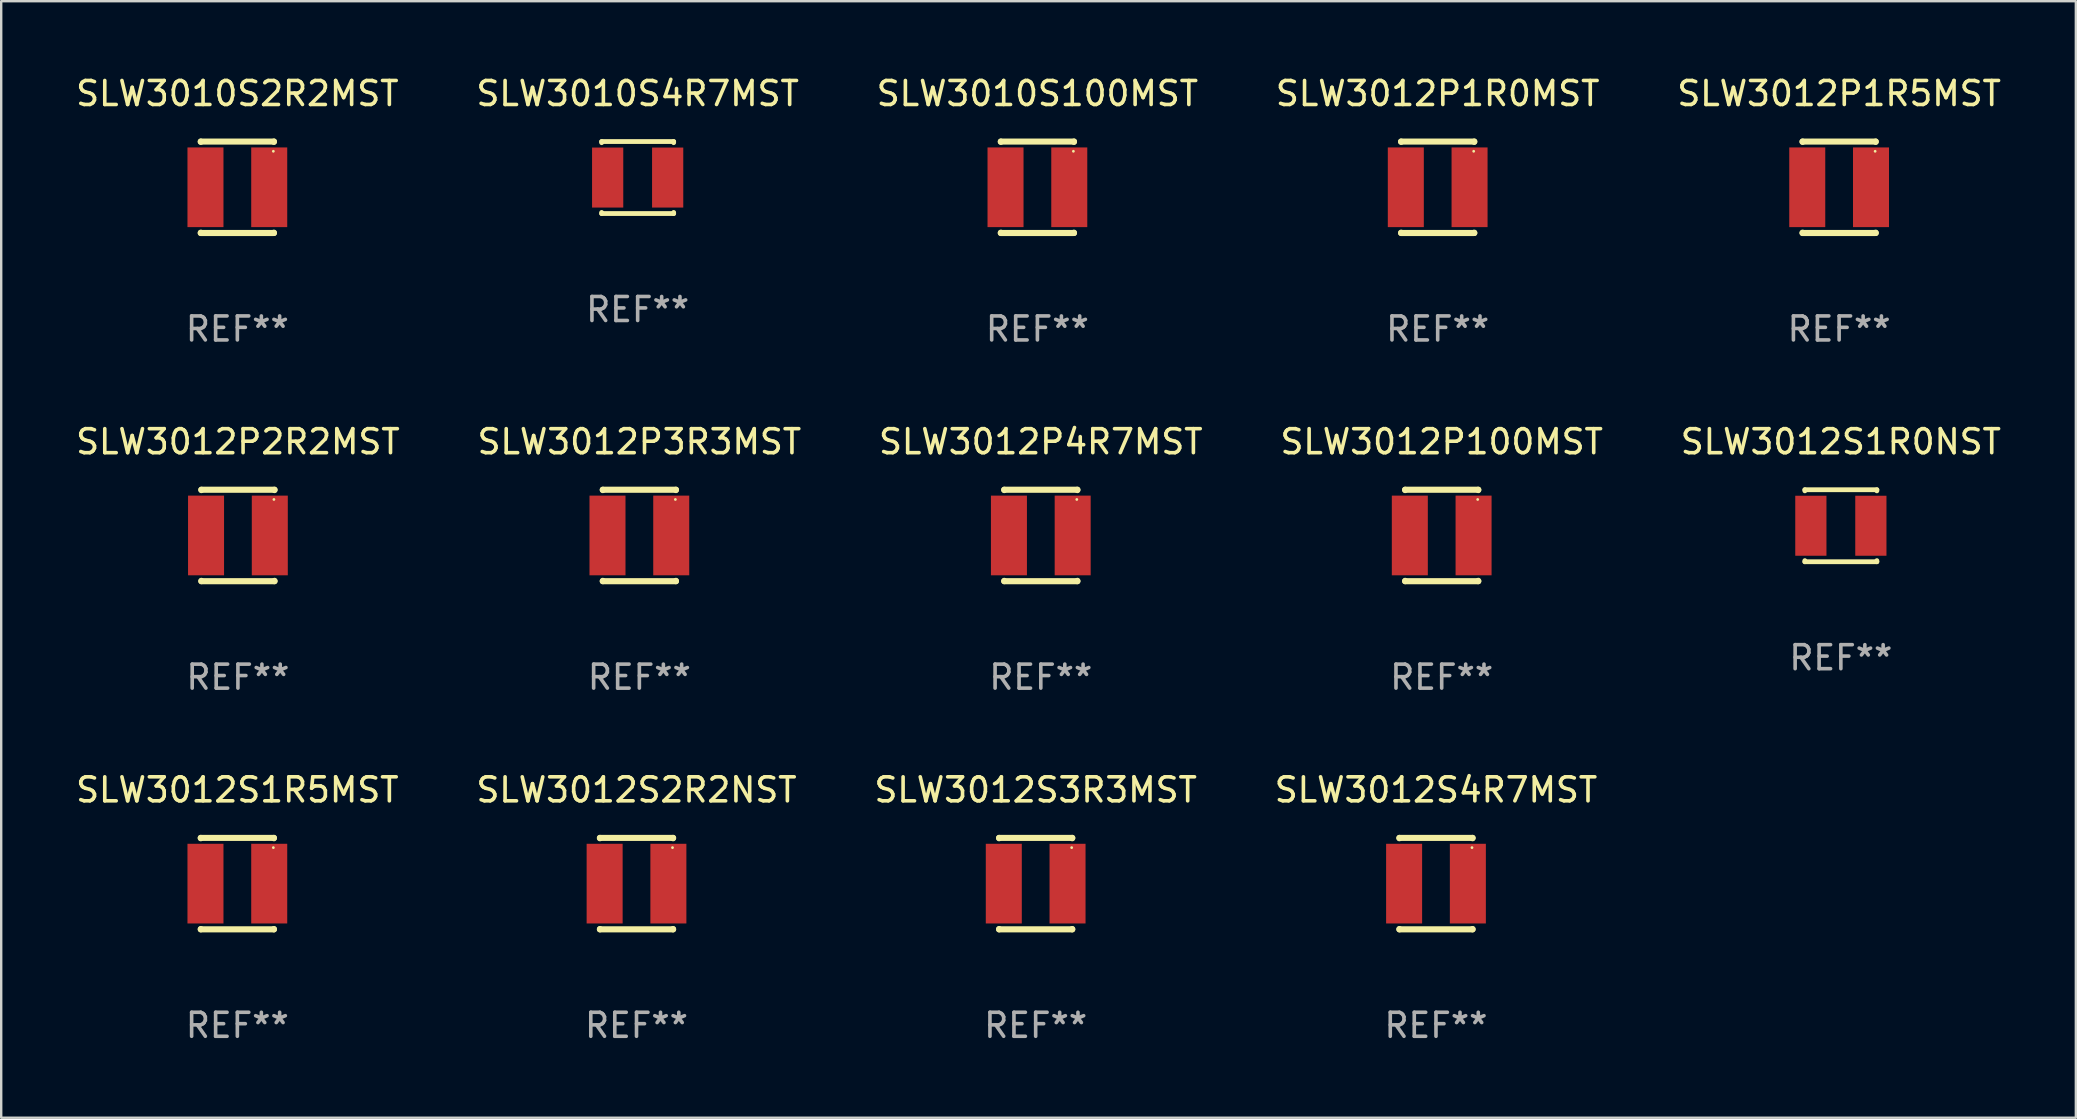
<source format=kicad_pcb>
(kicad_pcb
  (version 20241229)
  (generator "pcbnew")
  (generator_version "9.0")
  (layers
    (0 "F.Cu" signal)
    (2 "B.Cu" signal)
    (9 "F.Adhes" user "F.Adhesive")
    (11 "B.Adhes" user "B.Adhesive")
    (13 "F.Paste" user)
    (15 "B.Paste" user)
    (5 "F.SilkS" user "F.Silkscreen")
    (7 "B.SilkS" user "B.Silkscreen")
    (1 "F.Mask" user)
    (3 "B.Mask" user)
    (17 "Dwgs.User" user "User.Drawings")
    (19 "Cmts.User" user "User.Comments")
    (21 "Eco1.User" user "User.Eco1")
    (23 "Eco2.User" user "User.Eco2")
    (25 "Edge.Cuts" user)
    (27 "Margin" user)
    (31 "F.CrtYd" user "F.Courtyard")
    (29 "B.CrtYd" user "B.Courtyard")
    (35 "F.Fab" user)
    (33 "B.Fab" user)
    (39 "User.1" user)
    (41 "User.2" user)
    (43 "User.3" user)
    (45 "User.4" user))
  (footprint "SLW3012P1R0MST"
    (layer "F.Cu")
    (at 56.851 4.753)
    (property "Reference" "SLW3012P1R0MST" (at 0 -3.905 0) (layer "F.SilkS") (effects (font (size 1 1) (thickness 0.15))))
    (attr through_hole)
    (fp_line (start -1.524 -1.905) (end 1.524 -1.905) (stroke (width 0.254) (type solid)) (layer "F.SilkS"))
    (fp_line (start -1.524 -1.891) (end -1.524 -1.905) (stroke (width 0.254) (type solid)) (layer "F.SilkS"))
    (fp_line (start -1.524 1.905) (end -1.524 1.891) (stroke (width 0.254) (type solid)) (layer "F.SilkS"))
    (fp_line (start -1.524 1.905) (end 1.524 1.905) (stroke (width 0.254) (type solid)) (layer "F.SilkS"))
    (fp_line (start 1.524 -1.905) (end 1.524 -1.891) (stroke (width 0.254) (type solid)) (layer "F.SilkS"))
    (fp_line (start 1.524 1.891) (end 1.524 1.905) (stroke (width 0.254) (type solid)) (layer "F.SilkS"))
    (fp_circle (center 1.5 -1.5) (end 1.53 -1.5) (stroke (width 0.06) (type solid)) (fill no) (layer "F.SilkS"))
    (fp_text user "REF**" (at 0 5.905 0) (layer "F.Fab") (effects (font (size 1 1) (thickness 0.15))))
    (pad "1" smd rect (at 1.328 0) (size 1.5 3.32) (layers "F.Cu" "F.Mask" "F.Paste"))
    (pad "2" smd rect (at -1.328 0) (size 1.5 3.32) (layers "F.Cu" "F.Mask" "F.Paste")))
  (footprint "SLW3012P4R7MST"
    (layer "F.Cu")
    (at 40.315 19.26)
    (property "Reference" "SLW3012P4R7MST" (at 0 -3.905 0) (layer "F.SilkS") (effects (font (size 1 1) (thickness 0.15))))
    (attr through_hole)
    (fp_line (start -1.524 -1.905) (end 1.524 -1.905) (stroke (width 0.254) (type solid)) (layer "F.SilkS"))
    (fp_line (start -1.524 -1.891) (end -1.524 -1.905) (stroke (width 0.254) (type solid)) (layer "F.SilkS"))
    (fp_line (start -1.524 1.905) (end -1.524 1.891) (stroke (width 0.254) (type solid)) (layer "F.SilkS"))
    (fp_line (start -1.524 1.905) (end 1.524 1.905) (stroke (width 0.254) (type solid)) (layer "F.SilkS"))
    (fp_line (start 1.524 -1.905) (end 1.524 -1.891) (stroke (width 0.254) (type solid)) (layer "F.SilkS"))
    (fp_line (start 1.524 1.891) (end 1.524 1.905) (stroke (width 0.254) (type solid)) (layer "F.SilkS"))
    (fp_circle (center 1.5 -1.5) (end 1.53 -1.5) (stroke (width 0.06) (type solid)) (fill no) (layer "F.SilkS"))
    (fp_text user "REF**" (at 0 5.905 0) (layer "F.Fab") (effects (font (size 1 1) (thickness 0.15))))
    (pad "1" smd rect (at 1.328 0) (size 1.5 3.32) (layers "F.Cu" "F.Mask" "F.Paste"))
    (pad "2" smd rect (at -1.328 0) (size 1.5 3.32) (layers "F.Cu" "F.Mask" "F.Paste")))
  (footprint "SLW3012S2R2NST"
    (layer "F.Cu")
    (at 23.47 33.766)
    (property "Reference" "SLW3012S2R2NST" (at 0 -3.905 0) (layer "F.SilkS") (effects (font (size 1 1) (thickness 0.15))))
    (attr through_hole)
    (fp_line (start -1.524 -1.905) (end 1.524 -1.905) (stroke (width 0.254) (type solid)) (layer "F.SilkS"))
    (fp_line (start -1.524 -1.891) (end -1.524 -1.905) (stroke (width 0.254) (type solid)) (layer "F.SilkS"))
    (fp_line (start -1.524 1.905) (end -1.524 1.891) (stroke (width 0.254) (type solid)) (layer "F.SilkS"))
    (fp_line (start -1.524 1.905) (end 1.524 1.905) (stroke (width 0.254) (type solid)) (layer "F.SilkS"))
    (fp_line (start 1.524 -1.905) (end 1.524 -1.891) (stroke (width 0.254) (type solid)) (layer "F.SilkS"))
    (fp_line (start 1.524 1.891) (end 1.524 1.905) (stroke (width 0.254) (type solid)) (layer "F.SilkS"))
    (fp_circle (center 1.5 -1.5) (end 1.53 -1.5) (stroke (width 0.06) (type solid)) (fill no) (layer "F.SilkS"))
    (fp_text user "REF**" (at 0 5.905 0) (layer "F.Fab") (effects (font (size 1 1) (thickness 0.15))))
    (pad "1" smd rect (at 1.328 0) (size 1.5 3.32) (layers "F.Cu" "F.Mask" "F.Paste"))
    (pad "2" smd rect (at -1.328 0) (size 1.5 3.32) (layers "F.Cu" "F.Mask" "F.Paste")))
  (footprint "SLW3010S100MST"
    (layer "F.Cu")
    (at 40.173 4.753)
    (property "Reference" "SLW3010S100MST" (at 0 -3.905 0) (layer "F.SilkS") (effects (font (size 1 1) (thickness 0.15))))
    (attr through_hole)
    (fp_line (start -1.524 -1.905) (end 1.524 -1.905) (stroke (width 0.254) (type solid)) (layer "F.SilkS"))
    (fp_line (start -1.524 -1.891) (end -1.524 -1.905) (stroke (width 0.254) (type solid)) (layer "F.SilkS"))
    (fp_line (start -1.524 1.905) (end -1.524 1.891) (stroke (width 0.254) (type solid)) (layer "F.SilkS"))
    (fp_line (start -1.524 1.905) (end 1.524 1.905) (stroke (width 0.254) (type solid)) (layer "F.SilkS"))
    (fp_line (start 1.524 -1.905) (end 1.524 -1.891) (stroke (width 0.254) (type solid)) (layer "F.SilkS"))
    (fp_line (start 1.524 1.891) (end 1.524 1.905) (stroke (width 0.254) (type solid)) (layer "F.SilkS"))
    (fp_circle (center 1.5 -1.5) (end 1.53 -1.5) (stroke (width 0.06) (type solid)) (fill no) (layer "F.SilkS"))
    (fp_text user "REF**" (at 0 5.905 0) (layer "F.Fab") (effects (font (size 1 1) (thickness 0.15))))
    (pad "1" smd rect (at 1.328 0) (size 1.5 3.32) (layers "F.Cu" "F.Mask" "F.Paste"))
    (pad "2" smd rect (at -1.328 0) (size 1.5 3.32) (layers "F.Cu" "F.Mask" "F.Paste")))
  (footprint "SLW3010S2R2MST"
    (layer "F.Cu")
    (at 6.839 4.753)
    (property "Reference" "SLW3010S2R2MST" (at 0 -3.905 0) (layer "F.SilkS") (effects (font (size 1 1) (thickness 0.15))))
    (attr through_hole)
    (fp_line (start -1.524 -1.905) (end 1.524 -1.905) (stroke (width 0.254) (type solid)) (layer "F.SilkS"))
    (fp_line (start -1.524 -1.891) (end -1.524 -1.905) (stroke (width 0.254) (type solid)) (layer "F.SilkS"))
    (fp_line (start -1.524 1.905) (end -1.524 1.891) (stroke (width 0.254) (type solid)) (layer "F.SilkS"))
    (fp_line (start -1.524 1.905) (end 1.524 1.905) (stroke (width 0.254) (type solid)) (layer "F.SilkS"))
    (fp_line (start 1.524 -1.905) (end 1.524 -1.891) (stroke (width 0.254) (type solid)) (layer "F.SilkS"))
    (fp_line (start 1.524 1.891) (end 1.524 1.905) (stroke (width 0.254) (type solid)) (layer "F.SilkS"))
    (fp_circle (center 1.5 -1.5) (end 1.53 -1.5) (stroke (width 0.06) (type solid)) (fill no) (layer "F.SilkS"))
    (fp_text user "REF**" (at 0 5.905 0) (layer "F.Fab") (effects (font (size 1 1) (thickness 0.15))))
    (pad "1" smd rect (at 1.328 0) (size 1.5 3.32) (layers "F.Cu" "F.Mask" "F.Paste"))
    (pad "2" smd rect (at -1.328 0) (size 1.5 3.32) (layers "F.Cu" "F.Mask" "F.Paste")))
  (footprint "SLW3012S4R7MST"
    (layer "F.Cu")
    (at 56.78 33.766)
    (property "Reference" "SLW3012S4R7MST" (at 0 -3.905 0) (layer "F.SilkS") (effects (font (size 1 1) (thickness 0.15))))
    (attr through_hole)
    (fp_line (start -1.524 -1.905) (end 1.524 -1.905) (stroke (width 0.254) (type solid)) (layer "F.SilkS"))
    (fp_line (start -1.524 -1.891) (end -1.524 -1.905) (stroke (width 0.254) (type solid)) (layer "F.SilkS"))
    (fp_line (start -1.524 1.905) (end -1.524 1.891) (stroke (width 0.254) (type solid)) (layer "F.SilkS"))
    (fp_line (start -1.524 1.905) (end 1.524 1.905) (stroke (width 0.254) (type solid)) (layer "F.SilkS"))
    (fp_line (start 1.524 -1.905) (end 1.524 -1.891) (stroke (width 0.254) (type solid)) (layer "F.SilkS"))
    (fp_line (start 1.524 1.891) (end 1.524 1.905) (stroke (width 0.254) (type solid)) (layer "F.SilkS"))
    (fp_circle (center 1.5 -1.5) (end 1.53 -1.5) (stroke (width 0.06) (type solid)) (fill no) (layer "F.SilkS"))
    (fp_text user "REF**" (at 0 5.905 0) (layer "F.Fab") (effects (font (size 1 1) (thickness 0.15))))
    (pad "1" smd rect (at 1.328 0) (size 1.5 3.32) (layers "F.Cu" "F.Mask" "F.Paste"))
    (pad "2" smd rect (at -1.328 0) (size 1.5 3.32) (layers "F.Cu" "F.Mask" "F.Paste")))
  (footprint "SLW3012S1R5MST"
    (layer "F.Cu")
    (at 6.839 33.766)
    (property "Reference" "SLW3012S1R5MST" (at 0 -3.905 0) (layer "F.SilkS") (effects (font (size 1 1) (thickness 0.15))))
    (attr through_hole)
    (fp_line (start -1.524 -1.905) (end 1.524 -1.905) (stroke (width 0.254) (type solid)) (layer "F.SilkS"))
    (fp_line (start -1.524 -1.891) (end -1.524 -1.905) (stroke (width 0.254) (type solid)) (layer "F.SilkS"))
    (fp_line (start -1.524 1.905) (end -1.524 1.891) (stroke (width 0.254) (type solid)) (layer "F.SilkS"))
    (fp_line (start -1.524 1.905) (end 1.524 1.905) (stroke (width 0.254) (type solid)) (layer "F.SilkS"))
    (fp_line (start 1.524 -1.905) (end 1.524 -1.891) (stroke (width 0.254) (type solid)) (layer "F.SilkS"))
    (fp_line (start 1.524 1.891) (end 1.524 1.905) (stroke (width 0.254) (type solid)) (layer "F.SilkS"))
    (fp_circle (center 1.5 -1.5) (end 1.53 -1.5) (stroke (width 0.06) (type solid)) (fill no) (layer "F.SilkS"))
    (fp_text user "REF**" (at 0 5.905 0) (layer "F.Fab") (effects (font (size 1 1) (thickness 0.15))))
    (pad "1" smd rect (at 1.328 0) (size 1.5 3.32) (layers "F.Cu" "F.Mask" "F.Paste"))
    (pad "2" smd rect (at -1.328 0) (size 1.5 3.32) (layers "F.Cu" "F.Mask" "F.Paste")))
  (footprint "SLW3012S1R0NST"
    (layer "F.Cu")
    (at 73.649 18.855)
    (property "Reference" "SLW3012S1R0NST" (at 0 -3.5 0) (layer "F.SilkS") (effects (font (size 1 1) (thickness 0.15))))
    (attr through_hole)
    (fp_line (start -1.5 -1.5) (end -1.5 -1.454) (stroke (width 0.2) (type solid)) (layer "F.SilkS"))
    (fp_line (start -1.5 -1.5) (end 1.5 -1.5) (stroke (width 0.2) (type solid)) (layer "F.SilkS"))
    (fp_line (start -1.5 1.454) (end -1.5 1.5) (stroke (width 0.2) (type solid)) (layer "F.SilkS"))
    (fp_line (start -1.5 1.5) (end 1.5 1.5) (stroke (width 0.2) (type solid)) (layer "F.SilkS"))
    (fp_line (start 1.5 -1.454) (end 1.5 -1.5) (stroke (width 0.2) (type solid)) (layer "F.SilkS"))
    (fp_line (start 1.5 1.5) (end 1.5 1.454) (stroke (width 0.2) (type solid)) (layer "F.SilkS"))
    (fp_circle (center -1.5 1.5) (end -1.47 1.5) (stroke (width 0.06) (type solid)) (fill no) (layer "F.SilkS"))
    (fp_text user "REF**" (at 0 5.5 0) (layer "F.Fab") (effects (font (size 1 1) (thickness 0.15))))
    (pad "1" smd rect (at -1.25 0) (size 1.3 2.5) (layers "F.Cu" "F.Mask" "F.Paste"))
    (pad "2" smd rect (at 1.25 0) (size 1.3 2.5) (layers "F.Cu" "F.Mask" "F.Paste")))
  (footprint "SLW3012P2R2MST"
    (layer "F.Cu")
    (at 6.863 19.26)
    (property "Reference" "SLW3012P2R2MST" (at 0 -3.905 0) (layer "F.SilkS") (effects (font (size 1 1) (thickness 0.15))))
    (attr through_hole)
    (fp_line (start -1.524 -1.905) (end 1.524 -1.905) (stroke (width 0.254) (type solid)) (layer "F.SilkS"))
    (fp_line (start -1.524 -1.891) (end -1.524 -1.905) (stroke (width 0.254) (type solid)) (layer "F.SilkS"))
    (fp_line (start -1.524 1.905) (end -1.524 1.891) (stroke (width 0.254) (type solid)) (layer "F.SilkS"))
    (fp_line (start -1.524 1.905) (end 1.524 1.905) (stroke (width 0.254) (type solid)) (layer "F.SilkS"))
    (fp_line (start 1.524 -1.905) (end 1.524 -1.891) (stroke (width 0.254) (type solid)) (layer "F.SilkS"))
    (fp_line (start 1.524 1.891) (end 1.524 1.905) (stroke (width 0.254) (type solid)) (layer "F.SilkS"))
    (fp_circle (center 1.5 -1.5) (end 1.53 -1.5) (stroke (width 0.06) (type solid)) (fill no) (layer "F.SilkS"))
    (fp_text user "REF**" (at 0 5.905 0) (layer "F.Fab") (effects (font (size 1 1) (thickness 0.15))))
    (pad "1" smd rect (at 1.328 0) (size 1.5 3.32) (layers "F.Cu" "F.Mask" "F.Paste"))
    (pad "2" smd rect (at -1.328 0) (size 1.5 3.32) (layers "F.Cu" "F.Mask" "F.Paste")))
  (footprint "SLW3012S3R3MST"
    (layer "F.Cu")
    (at 40.101 33.766)
    (property "Reference" "SLW3012S3R3MST" (at 0 -3.905 0) (layer "F.SilkS") (effects (font (size 1 1) (thickness 0.15))))
    (attr through_hole)
    (fp_line (start -1.524 -1.905) (end 1.524 -1.905) (stroke (width 0.254) (type solid)) (layer "F.SilkS"))
    (fp_line (start -1.524 -1.891) (end -1.524 -1.905) (stroke (width 0.254) (type solid)) (layer "F.SilkS"))
    (fp_line (start -1.524 1.905) (end -1.524 1.891) (stroke (width 0.254) (type solid)) (layer "F.SilkS"))
    (fp_line (start -1.524 1.905) (end 1.524 1.905) (stroke (width 0.254) (type solid)) (layer "F.SilkS"))
    (fp_line (start 1.524 -1.905) (end 1.524 -1.891) (stroke (width 0.254) (type solid)) (layer "F.SilkS"))
    (fp_line (start 1.524 1.891) (end 1.524 1.905) (stroke (width 0.254) (type solid)) (layer "F.SilkS"))
    (fp_circle (center 1.5 -1.5) (end 1.53 -1.5) (stroke (width 0.06) (type solid)) (fill no) (layer "F.SilkS"))
    (fp_text user "REF**" (at 0 5.905 0) (layer "F.Fab") (effects (font (size 1 1) (thickness 0.15))))
    (pad "1" smd rect (at 1.328 0) (size 1.5 3.32) (layers "F.Cu" "F.Mask" "F.Paste"))
    (pad "2" smd rect (at -1.328 0) (size 1.5 3.32) (layers "F.Cu" "F.Mask" "F.Paste")))
  (footprint "SLW3012P100MST"
    (layer "F.Cu")
    (at 57.018 19.26)
    (property "Reference" "SLW3012P100MST" (at 0 -3.905 0) (layer "F.SilkS") (effects (font (size 1 1) (thickness 0.15))))
    (attr through_hole)
    (fp_line (start -1.524 -1.905) (end 1.524 -1.905) (stroke (width 0.254) (type solid)) (layer "F.SilkS"))
    (fp_line (start -1.524 -1.891) (end -1.524 -1.905) (stroke (width 0.254) (type solid)) (layer "F.SilkS"))
    (fp_line (start -1.524 1.905) (end -1.524 1.891) (stroke (width 0.254) (type solid)) (layer "F.SilkS"))
    (fp_line (start -1.524 1.905) (end 1.524 1.905) (stroke (width 0.254) (type solid)) (layer "F.SilkS"))
    (fp_line (start 1.524 -1.905) (end 1.524 -1.891) (stroke (width 0.254) (type solid)) (layer "F.SilkS"))
    (fp_line (start 1.524 1.891) (end 1.524 1.905) (stroke (width 0.254) (type solid)) (layer "F.SilkS"))
    (fp_circle (center 1.5 -1.5) (end 1.53 -1.5) (stroke (width 0.06) (type solid)) (fill no) (layer "F.SilkS"))
    (fp_text user "REF**" (at 0 5.905 0) (layer "F.Fab") (effects (font (size 1 1) (thickness 0.15))))
    (pad "1" smd rect (at 1.328 0) (size 1.5 3.32) (layers "F.Cu" "F.Mask" "F.Paste"))
    (pad "2" smd rect (at -1.328 0) (size 1.5 3.32) (layers "F.Cu" "F.Mask" "F.Paste")))
  (footprint "SLW3012P3R3MST"
    (layer "F.Cu")
    (at 23.589 19.26)
    (property "Reference" "SLW3012P3R3MST" (at 0 -3.905 0) (layer "F.SilkS") (effects (font (size 1 1) (thickness 0.15))))
    (attr through_hole)
    (fp_line (start -1.524 -1.905) (end 1.524 -1.905) (stroke (width 0.254) (type solid)) (layer "F.SilkS"))
    (fp_line (start -1.524 -1.891) (end -1.524 -1.905) (stroke (width 0.254) (type solid)) (layer "F.SilkS"))
    (fp_line (start -1.524 1.905) (end -1.524 1.891) (stroke (width 0.254) (type solid)) (layer "F.SilkS"))
    (fp_line (start -1.524 1.905) (end 1.524 1.905) (stroke (width 0.254) (type solid)) (layer "F.SilkS"))
    (fp_line (start 1.524 -1.905) (end 1.524 -1.891) (stroke (width 0.254) (type solid)) (layer "F.SilkS"))
    (fp_line (start 1.524 1.891) (end 1.524 1.905) (stroke (width 0.254) (type solid)) (layer "F.SilkS"))
    (fp_circle (center 1.5 -1.5) (end 1.53 -1.5) (stroke (width 0.06) (type solid)) (fill no) (layer "F.SilkS"))
    (fp_text user "REF**" (at 0 5.905 0) (layer "F.Fab") (effects (font (size 1 1) (thickness 0.15))))
    (pad "1" smd rect (at 1.328 0) (size 1.5 3.32) (layers "F.Cu" "F.Mask" "F.Paste"))
    (pad "2" smd rect (at -1.328 0) (size 1.5 3.32) (layers "F.Cu" "F.Mask" "F.Paste")))
  (footprint "SLW3010S4R7MST"
    (layer "F.Cu")
    (at 23.518 4.348)
    (property "Reference" "SLW3010S4R7MST" (at 0 -3.5 0) (layer "F.SilkS") (effects (font (size 1 1) (thickness 0.15))))
    (attr through_hole)
    (fp_line (start -1.5 -1.5) (end -1.5 -1.454) (stroke (width 0.2) (type solid)) (layer "F.SilkS"))
    (fp_line (start -1.5 -1.5) (end 1.5 -1.5) (stroke (width 0.2) (type solid)) (layer "F.SilkS"))
    (fp_line (start -1.5 1.454) (end -1.5 1.5) (stroke (width 0.2) (type solid)) (layer "F.SilkS"))
    (fp_line (start -1.5 1.5) (end 1.5 1.5) (stroke (width 0.2) (type solid)) (layer "F.SilkS"))
    (fp_line (start 1.5 -1.454) (end 1.5 -1.5) (stroke (width 0.2) (type solid)) (layer "F.SilkS"))
    (fp_line (start 1.5 1.5) (end 1.5 1.454) (stroke (width 0.2) (type solid)) (layer "F.SilkS"))
    (fp_circle (center -1.5 1.5) (end -1.47 1.5) (stroke (width 0.06) (type solid)) (fill no) (layer "F.SilkS"))
    (fp_text user "REF**" (at 0 5.5 0) (layer "F.Fab") (effects (font (size 1 1) (thickness 0.15))))
    (pad "1" smd rect (at -1.25 0) (size 1.3 2.5) (layers "F.Cu" "F.Mask" "F.Paste"))
    (pad "2" smd rect (at 1.25 0) (size 1.3 2.5) (layers "F.Cu" "F.Mask" "F.Paste")))
  (footprint "SLW3012P1R5MST"
    (layer "F.Cu")
    (at 73.577 4.753)
    (property "Reference" "SLW3012P1R5MST" (at 0 -3.905 0) (layer "F.SilkS") (effects (font (size 1 1) (thickness 0.15))))
    (attr through_hole)
    (fp_line (start -1.524 -1.905) (end 1.524 -1.905) (stroke (width 0.254) (type solid)) (layer "F.SilkS"))
    (fp_line (start -1.524 -1.891) (end -1.524 -1.905) (stroke (width 0.254) (type solid)) (layer "F.SilkS"))
    (fp_line (start -1.524 1.905) (end -1.524 1.891) (stroke (width 0.254) (type solid)) (layer "F.SilkS"))
    (fp_line (start -1.524 1.905) (end 1.524 1.905) (stroke (width 0.254) (type solid)) (layer "F.SilkS"))
    (fp_line (start 1.524 -1.905) (end 1.524 -1.891) (stroke (width 0.254) (type solid)) (layer "F.SilkS"))
    (fp_line (start 1.524 1.891) (end 1.524 1.905) (stroke (width 0.254) (type solid)) (layer "F.SilkS"))
    (fp_circle (center 1.5 -1.5) (end 1.53 -1.5) (stroke (width 0.06) (type solid)) (fill no) (layer "F.SilkS"))
    (fp_text user "REF**" (at 0 5.905 0) (layer "F.Fab") (effects (font (size 1 1) (thickness 0.15))))
    (pad "1" smd rect (at 1.328 0) (size 1.5 3.32) (layers "F.Cu" "F.Mask" "F.Paste"))
    (pad "2" smd rect (at -1.328 0) (size 1.5 3.32) (layers "F.Cu" "F.Mask" "F.Paste")))
  (gr_rect
    (start -3 -3)
    (end 83.44 43.52)
    (stroke (width 0.1) (type default))
    (fill no)
    (layer "Edge.Cuts")))
</source>
